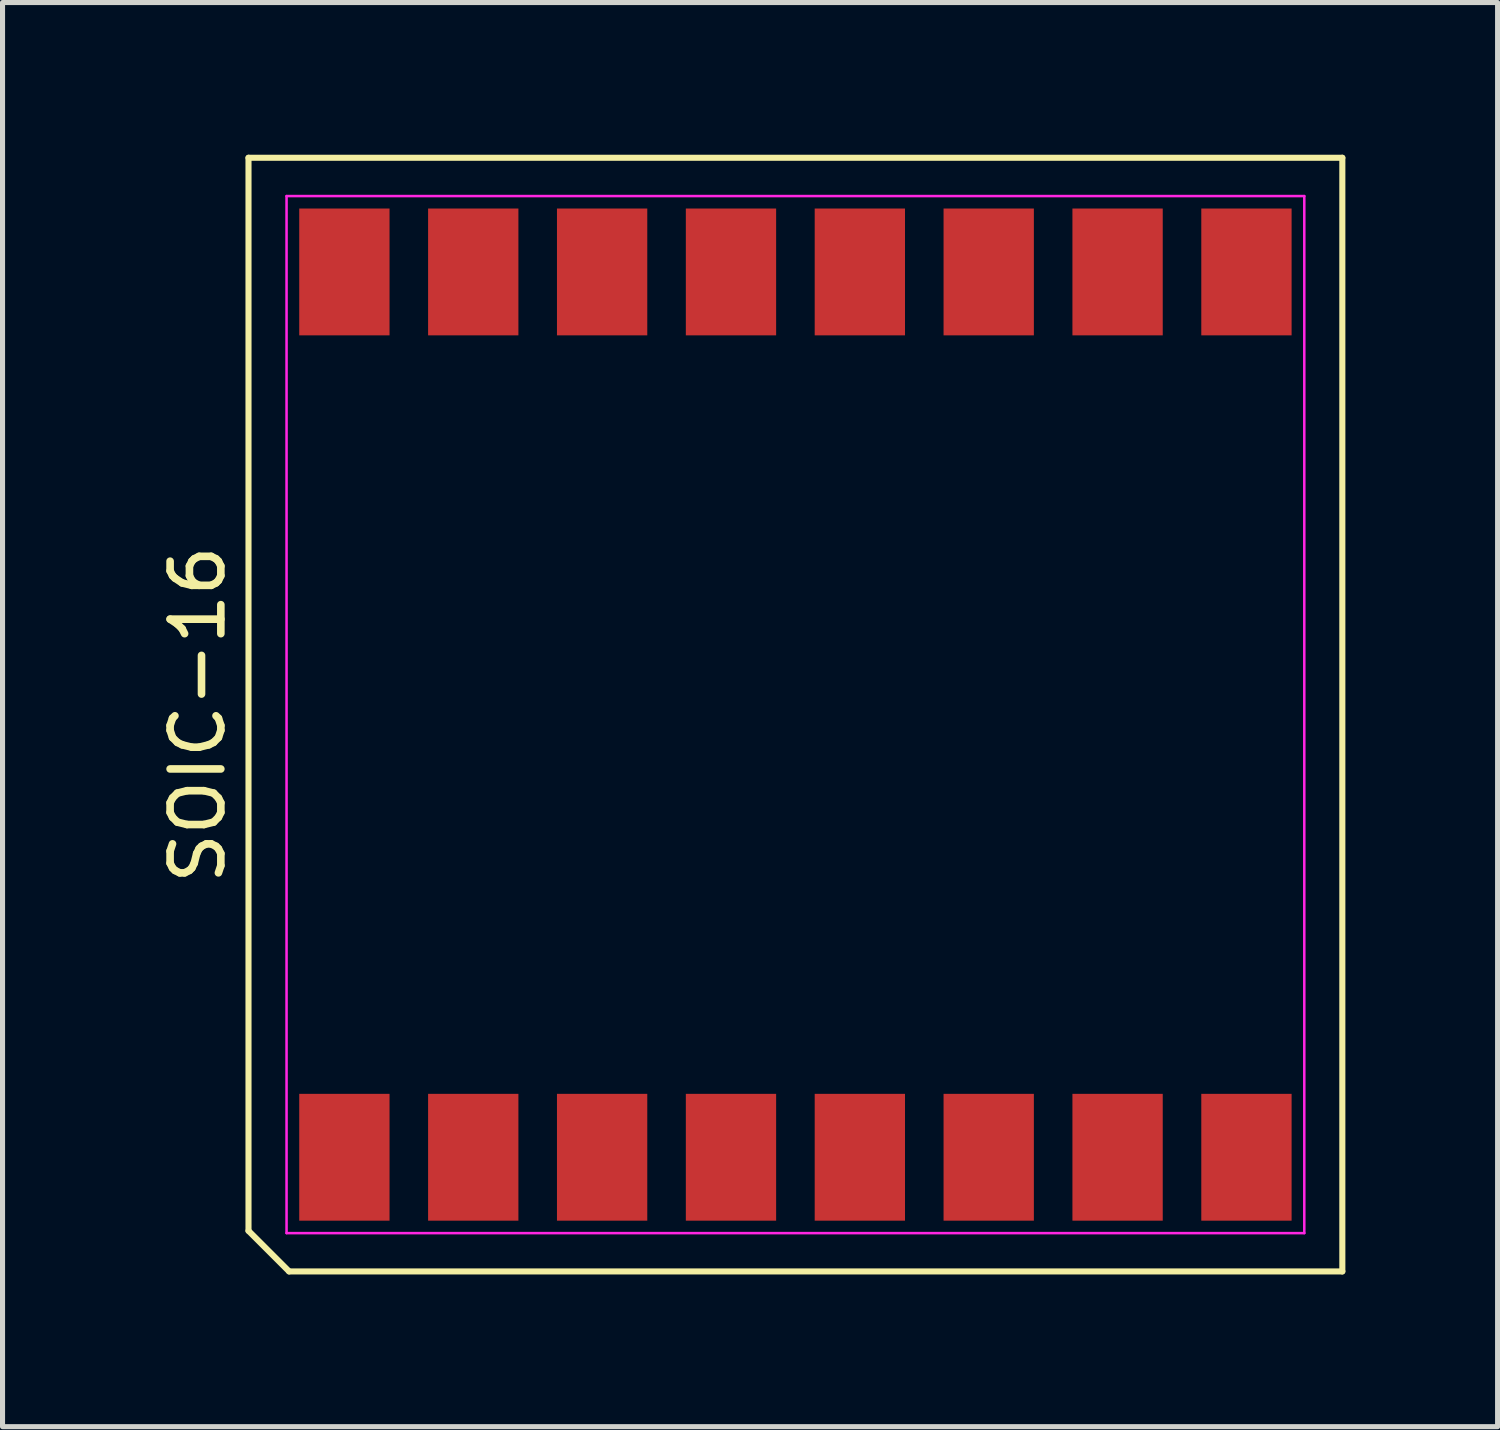
<source format=kicad_pcb>
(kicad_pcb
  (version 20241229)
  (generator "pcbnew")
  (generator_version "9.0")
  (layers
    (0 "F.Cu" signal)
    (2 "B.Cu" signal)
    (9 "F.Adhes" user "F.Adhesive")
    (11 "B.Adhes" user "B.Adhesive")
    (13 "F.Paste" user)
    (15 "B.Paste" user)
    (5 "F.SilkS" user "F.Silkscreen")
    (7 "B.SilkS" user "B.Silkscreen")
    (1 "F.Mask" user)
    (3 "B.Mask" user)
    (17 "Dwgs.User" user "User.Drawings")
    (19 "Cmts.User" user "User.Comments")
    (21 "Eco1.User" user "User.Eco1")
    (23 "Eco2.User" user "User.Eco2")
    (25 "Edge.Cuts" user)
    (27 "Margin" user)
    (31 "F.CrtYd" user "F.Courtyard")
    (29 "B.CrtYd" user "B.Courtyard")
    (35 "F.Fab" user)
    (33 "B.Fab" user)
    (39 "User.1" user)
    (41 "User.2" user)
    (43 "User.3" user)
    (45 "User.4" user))
  (footprint "SOIC-16"
    (layer "F.Cu")
    (at 12.628 11.035)
    (property "Reference" "SOIC-16" (at -11.78 0 90) (layer "F.SilkS") (effects (font (size 1 1) (thickness 0.15))))
    (attr smd)
    (fp_line (start -10.78 -10.975) (end 10.78 -10.975) (stroke (width 0.12) (type solid)) (layer "F.SilkS"))
    (fp_line (start -10.78 10.175) (end -10.78 -10.975) (stroke (width 0.12) (type solid)) (layer "F.SilkS"))
    (fp_line (start -9.98 10.975) (end -10.78 10.175) (stroke (width 0.12) (type solid)) (layer "F.SilkS"))
    (fp_line (start 10.78 -10.975) (end 10.78 10.975) (stroke (width 0.12) (type solid)) (layer "F.SilkS"))
    (fp_line (start 10.78 10.975) (end -9.98 10.975) (stroke (width 0.12) (type solid)) (layer "F.SilkS"))
    (fp_line (start -10.03 -10.22) (end 10.03 -10.22) (stroke (width 0.05) (type solid)) (layer "F.CrtYd"))
    (fp_line (start -10.03 10.22) (end -10.03 -10.22) (stroke (width 0.05) (type solid)) (layer "F.CrtYd"))
    (fp_line (start 10.03 -10.22) (end 10.03 10.22) (stroke (width 0.05) (type solid)) (layer "F.CrtYd"))
    (fp_line (start 10.03 10.22) (end -10.03 10.22) (stroke (width 0.05) (type solid)) (layer "F.CrtYd"))
    (pad "1" smd rect (at -8.89 8.725) (size 1.78 2.5) (layers "F.Cu" "F.Mask" "F.Paste"))
    (pad "2" smd rect (at -6.35 8.725) (size 1.78 2.5) (layers "F.Cu" "F.Mask" "F.Paste"))
    (pad "3" smd rect (at -3.81 8.725) (size 1.78 2.5) (layers "F.Cu" "F.Mask" "F.Paste"))
    (pad "4" smd rect (at -1.27 8.725) (size 1.78 2.5) (layers "F.Cu" "F.Mask" "F.Paste"))
    (pad "5" smd rect (at 1.27 8.725) (size 1.78 2.5) (layers "F.Cu" "F.Mask" "F.Paste"))
    (pad "6" smd rect (at 3.81 8.725) (size 1.78 2.5) (layers "F.Cu" "F.Mask" "F.Paste"))
    (pad "7" smd rect (at 6.35 8.725) (size 1.78 2.5) (layers "F.Cu" "F.Mask" "F.Paste"))
    (pad "8" smd rect (at 8.89 8.725) (size 1.78 2.5) (layers "F.Cu" "F.Mask" "F.Paste"))
    (pad "9" smd rect (at 8.89 -8.725) (size 1.78 2.5) (layers "F.Cu" "F.Mask" "F.Paste"))
    (pad "10" smd rect (at 6.35 -8.725) (size 1.78 2.5) (layers "F.Cu" "F.Mask" "F.Paste"))
    (pad "11" smd rect (at 3.81 -8.725) (size 1.78 2.5) (layers "F.Cu" "F.Mask" "F.Paste"))
    (pad "12" smd rect (at 1.27 -8.725) (size 1.78 2.5) (layers "F.Cu" "F.Mask" "F.Paste"))
    (pad "13" smd rect (at -1.27 -8.725) (size 1.78 2.5) (layers "F.Cu" "F.Mask" "F.Paste"))
    (pad "14" smd rect (at -3.81 -8.725) (size 1.78 2.5) (layers "F.Cu" "F.Mask" "F.Paste"))
    (pad "15" smd rect (at -6.35 -8.725) (size 1.78 2.5) (layers "F.Cu" "F.Mask" "F.Paste"))
    (pad "16" smd rect (at -8.89 -8.725) (size 1.78 2.5) (layers "F.Cu" "F.Mask" "F.Paste")))
  (gr_rect
    (start -3 -3)
    (end 26.468 25.07)
    (stroke (width 0.1) (type default))
    (fill no)
    (layer "Edge.Cuts")))
</source>
